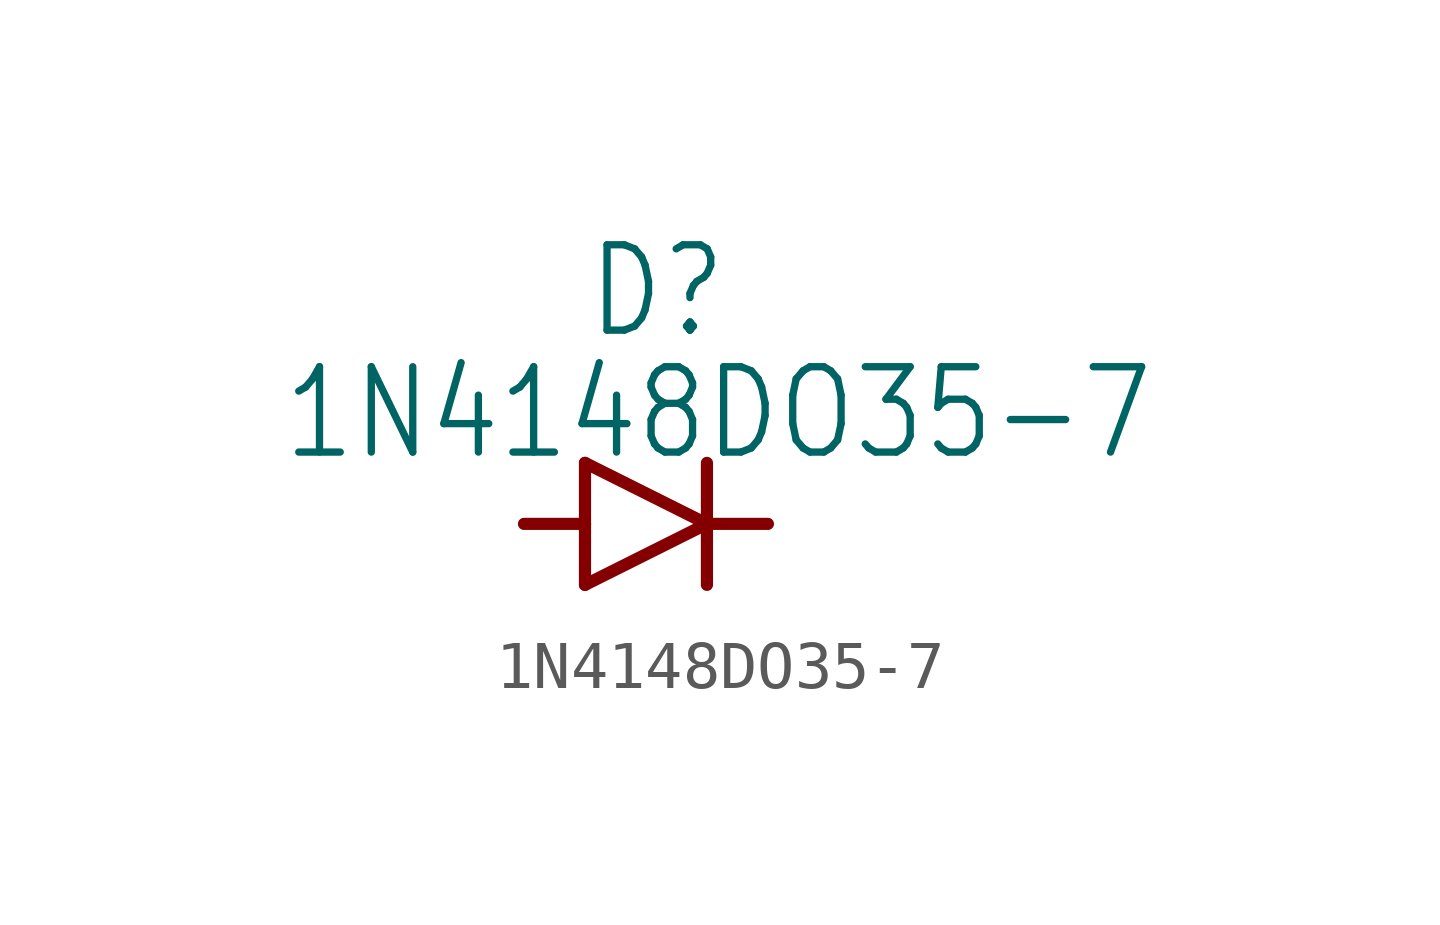
<source format=kicad_sym>
(kicad_symbol_lib
  (version 20211014)
  (generator kicad_symbol_editor)
  (symbol "1N4148DO35-7"
    (property "Reference" "D"
      (at -1.27 3.81 0)
      (effects (font (size 1.778 1.511)) (justify left bottom)))
    (property "Value" "1N4148DO35-7"
      (at -7.62 1.27 0)
      (effects (font (size 1.778 1.511)) (justify left bottom)))
    (property "ki_locked" ""
      (at 0 0 0)
      (effects (font (size 1.27 1.27))))
    (symbol "1N4148DO35-7_1_0"
      (polyline (pts (xy -1.27 -1.27) (xy 1.27 0)) (stroke (width 0.254) (type default) (color 0 0 0 0)) (fill (type none)))
      (polyline (pts (xy -1.27 0) (xy -2.54 0)) (stroke (width 0.254) (type default) (color 0 0 0 0)) (fill (type none)))
      (polyline (pts (xy -1.27 0) (xy -1.27 -1.27)) (stroke (width 0.254) (type default) (color 0 0 0 0)) (fill (type none)))
      (polyline (pts (xy -1.27 1.27) (xy -1.27 0)) (stroke (width 0.254) (type default) (color 0 0 0 0)) (fill (type none)))
      (polyline (pts (xy 1.27 0) (xy -1.27 1.27)) (stroke (width 0.254) (type default) (color 0 0 0 0)) (fill (type none)))
      (polyline (pts (xy 1.27 0) (xy 1.27 -1.27)) (stroke (width 0.254) (type default) (color 0 0 0 0)) (fill (type none)))
      (polyline (pts (xy 1.27 1.27) (xy 1.27 0)) (stroke (width 0.254) (type default) (color 0 0 0 0)) (fill (type none)))
      (polyline (pts (xy 2.54 0) (xy 1.27 0)) (stroke (width 0.254) (type default) (color 0 0 0 0)) (fill (type none)))
      (pin passive line (at 2.54 0 180) (length 1) (name "C" (effects (font (size 0 0)))) (number "1" (effects (font (size 0 0)))))
      (pin passive line (at -2.54 0 0) (length 1) (name "A" (effects (font (size 0 0)))) (number "2" (effects (font (size 0 0))))))))
</source>
